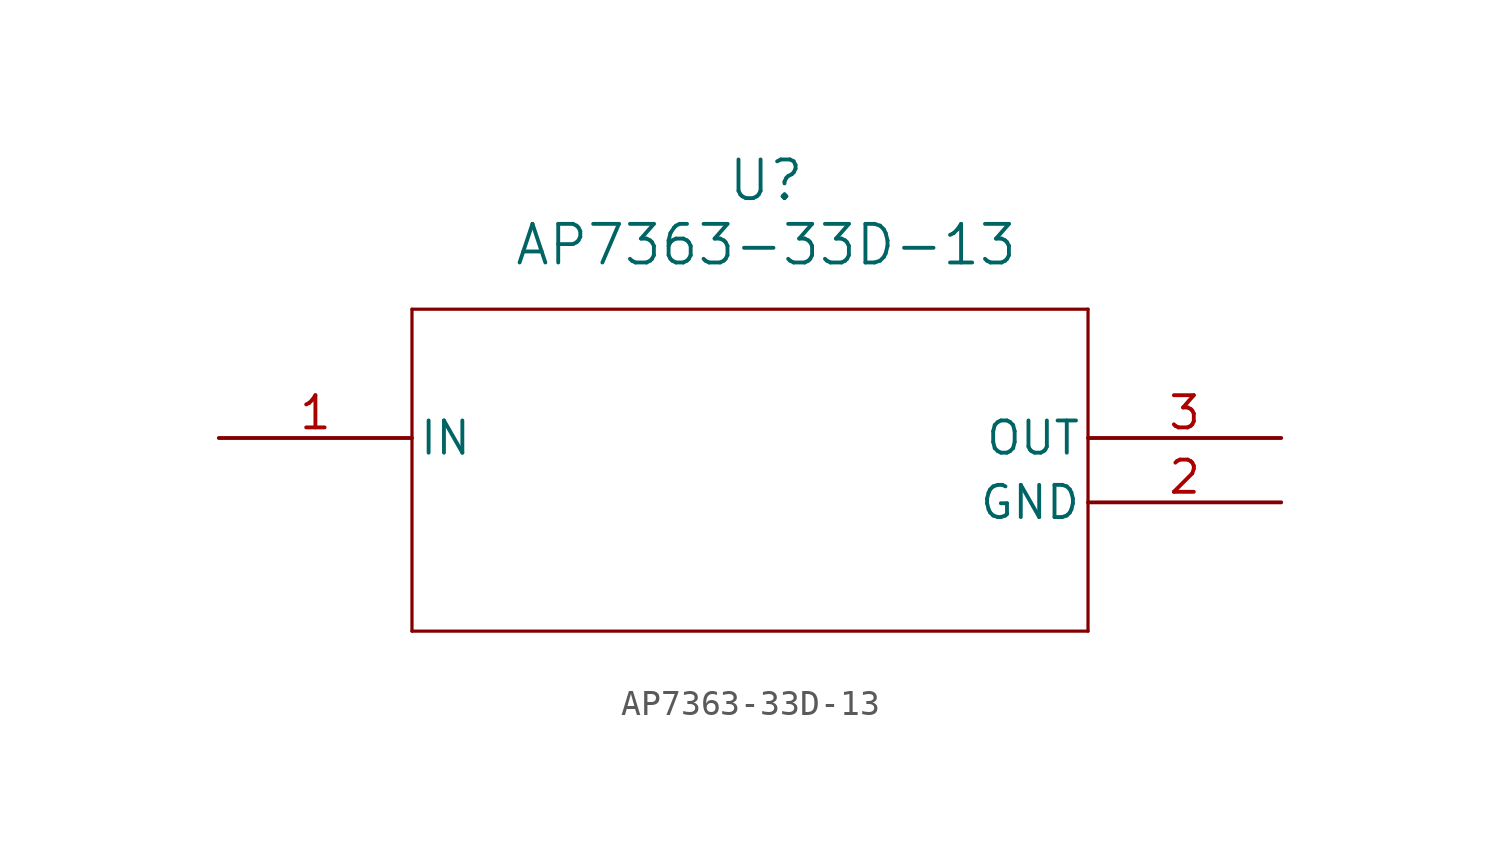
<source format=kicad_sym>
(kicad_symbol_lib
  (version 20231120)
  (generator "kicad_symbol_editor")
  (generator_version "8.0")
  (symbol "AP7363-33D-13"
    (pin_names
      (offset 0.254))
    (property "Reference" "U"
      (at 27.94 10.16 0)
      (effects (font (size 1.524 1.524))))
    (property "Value" "AP7363-33D-13"
      (at 27.94 7.62 0)
      (effects (font (size 1.524 1.524))))
    (property "ki_locked" ""
      (at 0 0 0)
      (effects (font (size 1.27 1.27))))
    (symbol "AP7363-33D-13_0_1"
      (polyline (pts (xy 13.97 5.08) (xy 13.97 -7.62)) (stroke (width 0.127) (type default)) (fill (type none)))
      (polyline (pts (xy 40.64 -7.62) (xy 40.64 5.08)) (stroke (width 0.127) (type default)) (fill (type none)))
      (polyline (pts (xy 40.64 5.08) (xy 13.97 5.08)) (stroke (width 0.127) (type default)) (fill (type none)))
      (pin input line (at 6.35 0 0) (length 7.62) (name "IN" (effects (font (size 1.27 1.27)))) (number "1" (effects (font (size 1.27 1.27)))))
      (pin power_in line (at 48.26 -2.54 180) (length 7.62) (name "GND" (effects (font (size 1.27 1.27)))) (number "2" (effects (font (size 1.27 1.27)))))
      (pin power_out line (at 48.26 0 180) (length 7.62) (name "OUT" (effects (font (size 1.27 1.27)))) (number "3" (effects (font (size 1.27 1.27))))))
    (symbol "AP7363-33D-13_1_1"
      (polyline (pts (xy 13.97 -7.62) (xy 40.64 -7.62)) (stroke (width 0.127) (type default)) (fill (type none))))))
</source>
